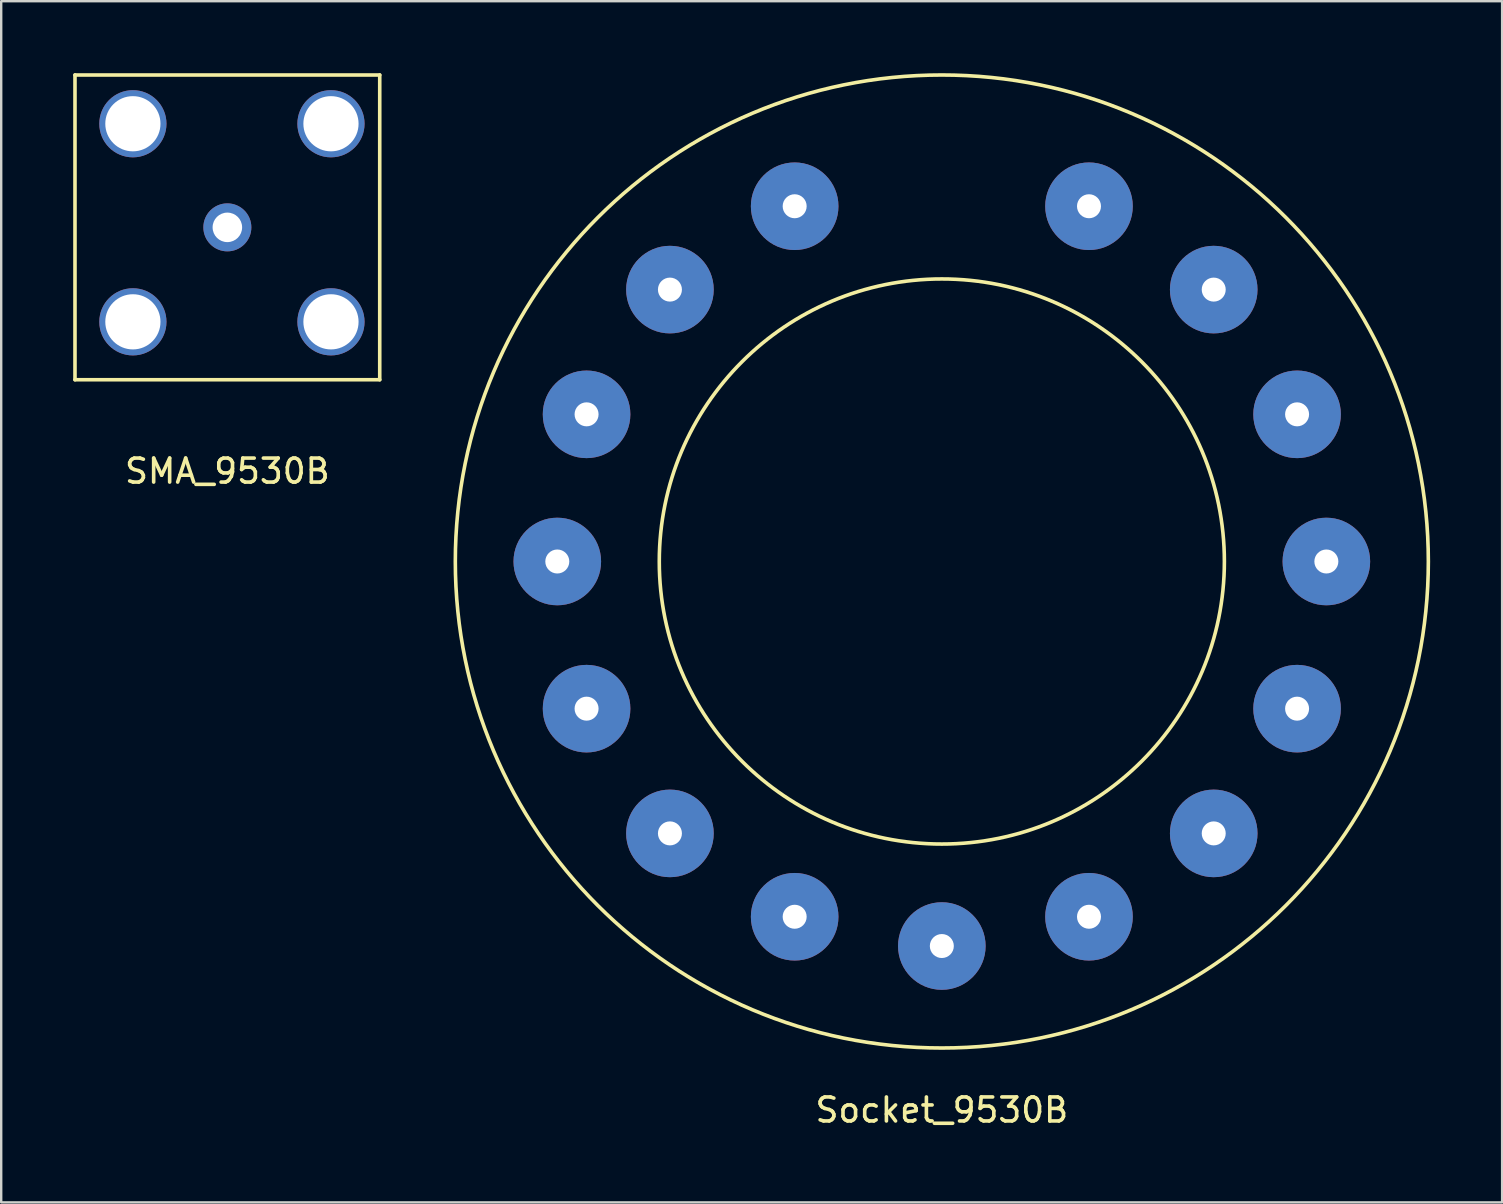
<source format=kicad_pcb>
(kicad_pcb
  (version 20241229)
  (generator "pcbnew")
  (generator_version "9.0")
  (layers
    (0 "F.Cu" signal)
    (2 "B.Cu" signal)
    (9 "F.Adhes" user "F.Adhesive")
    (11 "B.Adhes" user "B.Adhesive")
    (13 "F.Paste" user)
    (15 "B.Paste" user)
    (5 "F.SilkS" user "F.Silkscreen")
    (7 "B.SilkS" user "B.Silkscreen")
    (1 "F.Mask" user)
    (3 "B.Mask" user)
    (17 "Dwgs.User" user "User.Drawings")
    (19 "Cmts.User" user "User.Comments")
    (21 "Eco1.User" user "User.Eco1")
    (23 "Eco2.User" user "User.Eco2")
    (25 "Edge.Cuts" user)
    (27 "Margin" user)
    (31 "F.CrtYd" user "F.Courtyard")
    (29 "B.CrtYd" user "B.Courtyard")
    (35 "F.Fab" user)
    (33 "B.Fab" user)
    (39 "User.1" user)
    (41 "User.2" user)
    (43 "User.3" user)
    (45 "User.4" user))
  (footprint "Socket_9530B"
    (layer "F.Cu")
    (at 36.2 20.35)
    (property "Reference" "Socket_9530B" (at 0 22.86 0) (layer "F.SilkS") (effects (font (size 1 1) (thickness 0.15))))
    (attr through_hole)
    (fp_circle (center 0 0) (end 11.775 0) (stroke (width 0.15) (type solid)) (fill no) (layer "F.SilkS"))
    (fp_circle (center 0 0) (end 20.275 0) (stroke (width 0.15) (type solid)) (fill no) (layer "F.SilkS"))
    (pad "1" thru_hole circle (at -6.133 -14.805 22.5) (size 3.65 3.65) (drill 1) (layers "*.Cu" "*.Mask"))
    (pad "2" thru_hole circle (at -11.331 -11.331 45) (size 3.65 3.65) (drill 1) (layers "*.Cu" "*.Mask"))
    (pad "3" thru_hole circle (at -14.805 -6.133 67.5) (size 3.65 3.65) (drill 1) (layers "*.Cu" "*.Mask"))
    (pad "4" thru_hole circle (at -16.025 0 90) (size 3.65 3.65) (drill 1) (layers "*.Cu" "*.Mask"))
    (pad "5" thru_hole circle (at -14.805 6.133 112.5) (size 3.65 3.65) (drill 1) (layers "*.Cu" "*.Mask"))
    (pad "6" thru_hole circle (at -11.331 11.331 135) (size 3.65 3.65) (drill 1) (layers "*.Cu" "*.Mask"))
    (pad "7" thru_hole circle (at -6.133 14.805 157.5) (size 3.65 3.65) (drill 1) (layers "*.Cu" "*.Mask"))
    (pad "8" thru_hole circle (at 0 16.025 180) (size 3.65 3.65) (drill 1) (layers "*.Cu" "*.Mask"))
    (pad "9" thru_hole circle (at 6.133 14.805 202.5) (size 3.65 3.65) (drill 1) (layers "*.Cu" "*.Mask"))
    (pad "10" thru_hole circle (at 11.331 11.331 225) (size 3.65 3.65) (drill 1) (layers "*.Cu" "*.Mask"))
    (pad "11" thru_hole circle (at 14.805 6.133 247.5) (size 3.65 3.65) (drill 1) (layers "*.Cu" "*.Mask"))
    (pad "12" thru_hole circle (at 16.025 0 270) (size 3.65 3.65) (drill 1) (layers "*.Cu" "*.Mask"))
    (pad "13" thru_hole circle (at 14.805 -6.133 292.5) (size 3.65 3.65) (drill 1) (layers "*.Cu" "*.Mask"))
    (pad "14" thru_hole circle (at 11.331 -11.331 315) (size 3.65 3.65) (drill 1) (layers "*.Cu" "*.Mask"))
    (pad "15" thru_hole circle (at 6.133 -14.805 337.5) (size 3.65 3.65) (drill 1) (layers "*.Cu" "*.Mask")))
  (footprint "SMA_9530B"
    (layer "F.Cu")
    (at 6.425 6.425)
    (property "Reference" "SMA_9530B" (at 0 10.16 0) (layer "F.SilkS") (effects (font (size 1 1) (thickness 0.15))))
    (attr through_hole)
    (fp_line (start -6.35 -6.35) (end 6.35 -6.35) (stroke (width 0.15) (type solid)) (layer "F.SilkS"))
    (fp_line (start -6.35 6.35) (end -6.35 -6.35) (stroke (width 0.15) (type solid)) (layer "F.SilkS"))
    (fp_line (start 6.35 -6.35) (end 6.35 6.35) (stroke (width 0.15) (type solid)) (layer "F.SilkS"))
    (fp_line (start 6.35 6.35) (end -6.35 6.35) (stroke (width 0.15) (type solid)) (layer "F.SilkS"))
    (pad "1" thru_hole circle (at 0 0) (size 2 2) (drill 1.23) (layers "*.Cu" "*.Mask"))
    (pad "2" thru_hole circle (at -3.937 -4.318) (size 2.8 2.8) (drill 2.3) (layers "*.Cu" "*.Mask"))
    (pad "2" thru_hole circle (at -3.937 3.937) (size 2.8 2.8) (drill 2.3) (layers "*.Cu" "*.Mask"))
    (pad "2" thru_hole circle (at 4.318 -4.318) (size 2.8 2.8) (drill 2.3) (layers "*.Cu" "*.Mask"))
    (pad "2" thru_hole circle (at 4.318 3.937) (size 2.8 2.8) (drill 2.3) (layers "*.Cu" "*.Mask")))
  (gr_rect
    (start -3 -3)
    (end 59.55 47.058)
    (stroke (width 0.1) (type default))
    (fill no)
    (layer "Edge.Cuts")))
</source>
